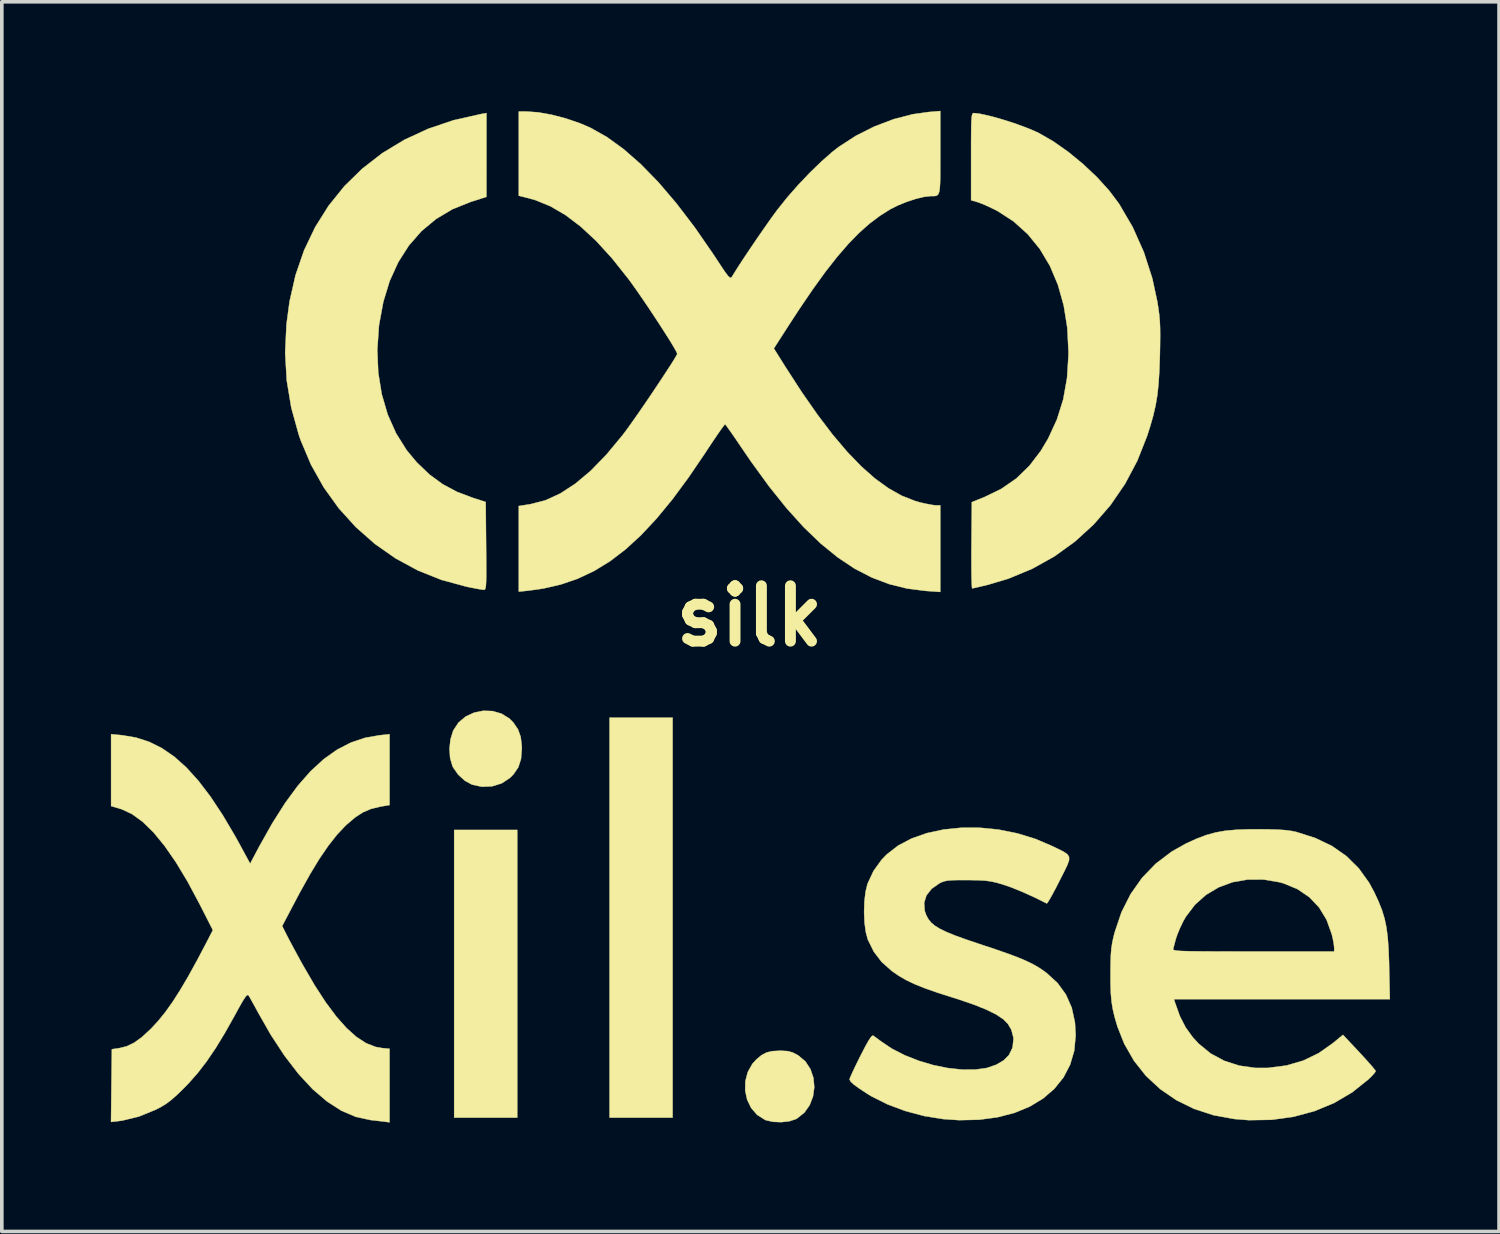
<source format=kicad_pcb>
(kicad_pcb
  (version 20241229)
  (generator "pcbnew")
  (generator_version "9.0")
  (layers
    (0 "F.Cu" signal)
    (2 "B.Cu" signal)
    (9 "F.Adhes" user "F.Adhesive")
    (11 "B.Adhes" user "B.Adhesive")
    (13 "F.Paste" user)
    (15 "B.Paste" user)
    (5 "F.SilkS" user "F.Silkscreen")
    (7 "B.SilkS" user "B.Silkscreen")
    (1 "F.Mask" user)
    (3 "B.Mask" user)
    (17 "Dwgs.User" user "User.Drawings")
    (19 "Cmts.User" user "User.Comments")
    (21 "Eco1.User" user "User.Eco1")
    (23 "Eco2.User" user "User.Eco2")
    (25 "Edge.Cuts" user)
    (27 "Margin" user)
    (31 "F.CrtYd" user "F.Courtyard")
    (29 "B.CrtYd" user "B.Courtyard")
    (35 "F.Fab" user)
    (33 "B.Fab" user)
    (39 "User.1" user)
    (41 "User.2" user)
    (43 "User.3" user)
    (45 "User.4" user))
  (footprint "silk"
    (layer "F.Cu")
    (at 17.575 13.903)
    (property "Reference" "silk" (at 0 0 0) (layer "F.SilkS") (effects (font (size 1.524 1.524) (thickness 0.3))))
    (attr through_hole)
    (fp_poly (pts (xy -6.392 13.801) (xy -8.128 13.801) (xy -8.128 5.884) (xy -6.392 5.884) (xy -6.392 13.801)) (stroke (width 0.01) (type solid)) (fill yes) (layer "F.SilkS"))
    (fp_poly (pts (xy -2.117 13.801) (xy -3.852 13.801) (xy -3.852 2.794) (xy -2.117 2.794) (xy -2.117 13.801)) (stroke (width 0.01) (type solid)) (fill yes) (layer "F.SilkS"))
    (fp_poly (pts (xy -7.072 2.613) (xy -6.827 2.684) (xy -6.609 2.818) (xy -6.502 2.925) (xy -6.372 3.115) (xy -6.297 3.324) (xy -6.267 3.577) (xy -6.266 3.656) (xy -6.289 3.933) (xy -6.361 4.157) (xy -6.492 4.35) (xy -6.594 4.453) (xy -6.821 4.602) (xy -7.084 4.684) (xy -7.365 4.696) (xy -7.636 4.637) (xy -7.833 4.53) (xy -8.015 4.365) (xy -8.154 4.168) (xy -8.175 4.128) (xy -8.239 3.909) (xy -8.257 3.652) (xy -8.229 3.39) (xy -8.156 3.155) (xy -8.152 3.146) (xy -8.008 2.928) (xy -7.812 2.764) (xy -7.58 2.656) (xy -7.328 2.605) (xy -7.072 2.613)) (stroke (width 0.01) (type solid)) (fill yes) (layer "F.SilkS"))
    (fp_poly (pts (xy 1.048 11.97) (xy 1.186 12.007) (xy 1.333 12.084) (xy 1.338 12.087) (xy 1.537 12.254) (xy 1.676 12.466) (xy 1.758 12.707) (xy 1.781 12.963) (xy 1.746 13.217) (xy 1.655 13.456) (xy 1.508 13.663) (xy 1.306 13.824) (xy 1.268 13.844) (xy 1.091 13.901) (xy 0.872 13.925) (xy 0.647 13.916) (xy 0.452 13.872) (xy 0.424 13.86) (xy 0.208 13.724) (xy 0.044 13.534) (xy -0.066 13.307) (xy -0.12 13.056) (xy -0.115 12.798) (xy -0.05 12.548) (xy 0.078 12.32) (xy 0.19 12.197) (xy 0.332 12.08) (xy 0.468 12.008) (xy 0.624 11.971) (xy 0.831 11.96) (xy 0.872 11.96) (xy 1.048 11.97)) (stroke (width 0.01) (type solid)) (fill yes) (layer "F.SilkS"))
    (fp_poly (pts (xy -7.239 -12.688) (xy -7.24 -11.536) (xy -7.673 -11.398) (xy -8.176 -11.196) (xy -8.628 -10.926) (xy -9.029 -10.592) (xy -9.375 -10.196) (xy -9.666 -9.739) (xy -9.901 -9.224) (xy -10.076 -8.654) (xy -10.192 -8.03) (xy -10.198 -7.98) (xy -10.243 -7.328) (xy -10.217 -6.702) (xy -10.121 -6.106) (xy -9.957 -5.547) (xy -9.727 -5.031) (xy -9.432 -4.561) (xy -9.152 -4.225) (xy -8.804 -3.893) (xy -8.445 -3.63) (xy -8.052 -3.42) (xy -7.62 -3.256) (xy -7.26 -3.14) (xy -7.249 -1.93) (xy -7.246 -1.578) (xy -7.245 -1.301) (xy -7.245 -1.091) (xy -7.249 -0.939) (xy -7.255 -0.835) (xy -7.265 -0.771) (xy -7.279 -0.737) (xy -7.298 -0.724) (xy -7.312 -0.723) (xy -7.385 -0.732) (xy -7.518 -0.756) (xy -7.688 -0.789) (xy -7.789 -0.81) (xy -8.476 -0.996) (xy -9.129 -1.257) (xy -9.743 -1.59) (xy -10.313 -1.989) (xy -10.835 -2.45) (xy -11.305 -2.969) (xy -11.717 -3.543) (xy -12.067 -4.166) (xy -12.35 -4.835) (xy -12.404 -4.99) (xy -12.61 -5.734) (xy -12.735 -6.484) (xy -12.779 -7.247) (xy -12.742 -8.027) (xy -12.658 -8.656) (xy -12.493 -9.383) (xy -12.257 -10.067) (xy -11.952 -10.704) (xy -11.582 -11.293) (xy -11.148 -11.831) (xy -10.654 -12.314) (xy -10.104 -12.74) (xy -9.499 -13.106) (xy -8.843 -13.409) (xy -8.139 -13.647) (xy -7.389 -13.815) (xy -7.377 -13.817) (xy -7.239 -13.841) (xy -7.239 -12.688)) (stroke (width 0.01) (type solid)) (fill yes) (layer "F.SilkS"))
    (fp_poly (pts (xy 6.324 -13.825) (xy 6.538 -13.78) (xy 6.792 -13.714) (xy 7.069 -13.632) (xy 7.35 -13.539) (xy 7.616 -13.441) (xy 7.849 -13.344) (xy 7.962 -13.291) (xy 8.363 -13.06) (xy 8.776 -12.769) (xy 9.181 -12.436) (xy 9.561 -12.077) (xy 9.896 -11.708) (xy 10.168 -11.345) (xy 10.545 -10.7) (xy 10.851 -10.013) (xy 11.083 -9.292) (xy 11.22 -8.657) (xy 11.251 -8.46) (xy 11.274 -8.285) (xy 11.289 -8.114) (xy 11.297 -7.929) (xy 11.299 -7.711) (xy 11.296 -7.441) (xy 11.291 -7.176) (xy 11.277 -6.757) (xy 11.255 -6.403) (xy 11.223 -6.093) (xy 11.175 -5.806) (xy 11.11 -5.522) (xy 11.024 -5.22) (xy 10.939 -4.954) (xy 10.669 -4.272) (xy 10.332 -3.637) (xy 9.932 -3.054) (xy 9.472 -2.524) (xy 8.958 -2.054) (xy 8.392 -1.645) (xy 7.78 -1.303) (xy 7.125 -1.031) (xy 6.57 -0.865) (xy 6.393 -0.822) (xy 6.248 -0.788) (xy 6.153 -0.767) (xy 6.127 -0.763) (xy 6.119 -0.803) (xy 6.113 -0.917) (xy 6.108 -1.095) (xy 6.105 -1.325) (xy 6.104 -1.597) (xy 6.105 -1.9) (xy 6.106 -1.949) (xy 6.117 -3.136) (xy 6.467 -3.277) (xy 6.93 -3.503) (xy 7.339 -3.786) (xy 7.698 -4.133) (xy 8.015 -4.548) (xy 8.216 -4.885) (xy 8.458 -5.41) (xy 8.631 -5.961) (xy 8.736 -6.548) (xy 8.776 -7.181) (xy 8.776 -7.281) (xy 8.743 -7.936) (xy 8.645 -8.548) (xy 8.485 -9.116) (xy 8.266 -9.635) (xy 7.988 -10.101) (xy 7.654 -10.51) (xy 7.266 -10.86) (xy 6.826 -11.145) (xy 6.773 -11.172) (xy 6.599 -11.258) (xy 6.429 -11.333) (xy 6.294 -11.385) (xy 6.276 -11.39) (xy 6.096 -11.443) (xy 6.096 -12.643) (xy 6.096 -12.994) (xy 6.098 -13.269) (xy 6.1 -13.478) (xy 6.105 -13.629) (xy 6.113 -13.732) (xy 6.124 -13.795) (xy 6.139 -13.829) (xy 6.158 -13.841) (xy 6.17 -13.842) (xy 6.324 -13.825)) (stroke (width 0.01) (type solid)) (fill yes) (layer "F.SilkS"))
    (fp_poly (pts (xy -17.266 3.278) (xy -16.884 3.342) (xy -16.52 3.46) (xy -16.17 3.634) (xy -15.83 3.868) (xy -15.496 4.166) (xy -15.165 4.532) (xy -14.832 4.969) (xy -14.493 5.481) (xy -14.145 6.071) (xy -14.01 6.317) (xy -13.742 6.811) (xy -13.492 6.34) (xy -13.134 5.703) (xy -12.781 5.146) (xy -12.43 4.668) (xy -12.076 4.266) (xy -11.717 3.936) (xy -11.349 3.675) (xy -10.97 3.48) (xy -10.576 3.348) (xy -10.187 3.28) (xy -9.906 3.25) (xy -9.906 5.198) (xy -10.165 5.244) (xy -10.413 5.304) (xy -10.634 5.397) (xy -10.849 5.536) (xy -11.082 5.734) (xy -11.125 5.774) (xy -11.352 6.015) (xy -11.588 6.315) (xy -11.836 6.677) (xy -12.098 7.109) (xy -12.38 7.616) (xy -12.46 7.767) (xy -12.861 8.528) (xy -12.732 8.783) (xy -12.665 8.913) (xy -12.567 9.096) (xy -12.451 9.311) (xy -12.328 9.535) (xy -12.286 9.61) (xy -11.966 10.16) (xy -11.661 10.629) (xy -11.369 11.021) (xy -11.089 11.336) (xy -10.818 11.579) (xy -10.553 11.751) (xy -10.292 11.854) (xy -10.114 11.886) (xy -9.906 11.906) (xy -9.906 13.929) (xy -10.065 13.909) (xy -10.207 13.892) (xy -10.376 13.872) (xy -10.435 13.866) (xy -10.834 13.779) (xy -11.232 13.609) (xy -11.627 13.355) (xy -12.02 13.019) (xy -12.409 12.6) (xy -12.794 12.1) (xy -13.175 11.519) (xy -13.527 10.901) (xy -13.618 10.732) (xy -13.7 10.585) (xy -13.759 10.48) (xy -13.781 10.445) (xy -13.804 10.425) (xy -13.835 10.437) (xy -13.879 10.489) (xy -13.944 10.59) (xy -14.035 10.748) (xy -14.158 10.973) (xy -14.158 10.974) (xy -14.433 11.464) (xy -14.689 11.885) (xy -14.936 12.249) (xy -15.182 12.569) (xy -15.434 12.855) (xy -15.553 12.978) (xy -15.747 13.167) (xy -15.905 13.307) (xy -16.046 13.415) (xy -16.192 13.504) (xy -16.341 13.582) (xy -16.802 13.77) (xy -17.263 13.882) (xy -17.389 13.899) (xy -17.57 13.92) (xy -17.559 12.919) (xy -17.547 11.918) (xy -17.353 11.89) (xy -17.14 11.838) (xy -16.933 11.739) (xy -16.718 11.583) (xy -16.479 11.362) (xy -16.467 11.35) (xy -16.271 11.138) (xy -16.076 10.897) (xy -15.877 10.618) (xy -15.669 10.293) (xy -15.446 9.915) (xy -15.203 9.474) (xy -14.947 8.988) (xy -14.768 8.641) (xy -15.132 7.925) (xy -15.462 7.308) (xy -15.783 6.775) (xy -16.096 6.323) (xy -16.4 5.952) (xy -16.698 5.661) (xy -16.989 5.449) (xy -17.276 5.315) (xy -17.32 5.301) (xy -17.568 5.228) (xy -17.568 4.238) (xy -17.568 3.249) (xy -17.266 3.278)) (stroke (width 0.01) (type solid)) (fill yes) (layer "F.SilkS"))
    (fp_poly (pts (xy 14.294 5.868) (xy 14.549 5.876) (xy 14.75 5.89) (xy 14.913 5.912) (xy 15.043 5.939) (xy 15.567 6.106) (xy 16.026 6.326) (xy 16.424 6.604) (xy 16.764 6.94) (xy 17.048 7.336) (xy 17.19 7.599) (xy 17.309 7.855) (xy 17.402 8.089) (xy 17.472 8.318) (xy 17.523 8.558) (xy 17.559 8.828) (xy 17.582 9.143) (xy 17.597 9.521) (xy 17.599 9.641) (xy 17.619 10.541) (xy 11.678 10.541) (xy 11.708 10.636) (xy 11.84 11.006) (xy 11.998 11.315) (xy 12.194 11.587) (xy 12.36 11.767) (xy 12.686 12.034) (xy 13.06 12.236) (xy 13.475 12.37) (xy 13.92 12.433) (xy 14.263 12.432) (xy 14.773 12.366) (xy 15.237 12.231) (xy 15.664 12.024) (xy 16.054 11.749) (xy 16.329 11.522) (xy 16.779 12.002) (xy 16.934 12.17) (xy 17.066 12.317) (xy 17.165 12.432) (xy 17.221 12.504) (xy 17.23 12.522) (xy 17.201 12.569) (xy 17.125 12.653) (xy 17.029 12.748) (xy 16.582 13.105) (xy 16.085 13.397) (xy 15.546 13.621) (xy 14.971 13.776) (xy 14.367 13.86) (xy 13.739 13.87) (xy 13.337 13.838) (xy 12.764 13.733) (xy 12.23 13.558) (xy 11.739 13.317) (xy 11.297 13.013) (xy 10.907 12.651) (xy 10.577 12.234) (xy 10.31 11.767) (xy 10.126 11.303) (xy 10.052 11.054) (xy 9.998 10.832) (xy 9.962 10.614) (xy 9.941 10.376) (xy 9.932 10.096) (xy 9.932 9.821) (xy 9.935 9.544) (xy 9.942 9.329) (xy 9.954 9.171) (xy 11.657 9.171) (xy 11.668 9.185) (xy 11.7 9.196) (xy 11.757 9.205) (xy 11.848 9.213) (xy 11.977 9.218) (xy 12.153 9.222) (xy 12.381 9.225) (xy 12.669 9.227) (xy 13.022 9.228) (xy 13.448 9.229) (xy 13.861 9.229) (xy 16.087 9.229) (xy 16.087 9.118) (xy 16.076 9.018) (xy 16.049 8.873) (xy 16.02 8.751) (xy 15.878 8.356) (xy 15.672 8.017) (xy 15.406 7.736) (xy 15.08 7.514) (xy 14.699 7.356) (xy 14.587 7.324) (xy 14.14 7.248) (xy 13.706 7.249) (xy 13.292 7.321) (xy 12.907 7.463) (xy 12.559 7.671) (xy 12.256 7.942) (xy 12.006 8.272) (xy 11.931 8.403) (xy 11.848 8.576) (xy 11.776 8.748) (xy 11.729 8.885) (xy 11.728 8.89) (xy 11.693 9.022) (xy 11.665 9.129) (xy 11.657 9.155) (xy 11.657 9.171) (xy 9.954 9.171) (xy 9.956 9.155) (xy 9.978 9.001) (xy 10.011 8.845) (xy 10.048 8.7) (xy 10.234 8.149) (xy 10.486 7.649) (xy 10.801 7.202) (xy 11.177 6.813) (xy 11.611 6.483) (xy 12.002 6.262) (xy 12.295 6.128) (xy 12.564 6.026) (xy 12.827 5.953) (xy 13.107 5.904) (xy 13.421 5.877) (xy 13.791 5.865) (xy 13.97 5.865) (xy 14.294 5.868)) (stroke (width 0.01) (type solid)) (fill yes) (layer "F.SilkS"))
    (fp_poly (pts (xy 6.34 5.824) (xy 6.855 5.875) (xy 7.369 5.978) (xy 7.869 6.132) (xy 8.276 6.305) (xy 8.49 6.406) (xy 8.645 6.484) (xy 8.744 6.552) (xy 8.792 6.625) (xy 8.792 6.717) (xy 8.748 6.843) (xy 8.664 7.018) (xy 8.543 7.255) (xy 8.533 7.276) (xy 8.425 7.487) (xy 8.329 7.667) (xy 8.251 7.805) (xy 8.199 7.888) (xy 8.179 7.907) (xy 7.843 7.74) (xy 7.51 7.59) (xy 7.204 7.465) (xy 6.964 7.383) (xy 6.794 7.334) (xy 6.644 7.301) (xy 6.49 7.28) (xy 6.308 7.269) (xy 6.073 7.264) (xy 5.99 7.264) (xy 5.748 7.263) (xy 5.574 7.268) (xy 5.449 7.278) (xy 5.356 7.297) (xy 5.278 7.326) (xy 5.223 7.354) (xy 5.008 7.505) (xy 4.867 7.686) (xy 4.804 7.89) (xy 4.82 8.11) (xy 4.861 8.228) (xy 4.918 8.334) (xy 4.992 8.428) (xy 5.095 8.516) (xy 5.233 8.602) (xy 5.416 8.691) (xy 5.652 8.788) (xy 5.951 8.896) (xy 6.321 9.021) (xy 6.413 9.052) (xy 6.804 9.182) (xy 7.124 9.294) (xy 7.386 9.392) (xy 7.602 9.483) (xy 7.783 9.57) (xy 7.94 9.659) (xy 8.086 9.756) (xy 8.169 9.817) (xy 8.473 10.093) (xy 8.705 10.412) (xy 8.865 10.774) (xy 8.954 11.182) (xy 8.974 11.533) (xy 8.935 11.956) (xy 8.821 12.344) (xy 8.638 12.695) (xy 8.389 13.005) (xy 8.079 13.273) (xy 7.712 13.495) (xy 7.293 13.668) (xy 6.826 13.79) (xy 6.315 13.858) (xy 5.764 13.87) (xy 5.326 13.84) (xy 4.805 13.756) (xy 4.286 13.618) (xy 3.794 13.434) (xy 3.352 13.212) (xy 3.244 13.146) (xy 3.026 13.003) (xy 2.876 12.895) (xy 2.787 12.814) (xy 2.753 12.755) (xy 2.752 12.746) (xy 2.77 12.693) (xy 2.82 12.58) (xy 2.895 12.419) (xy 2.99 12.225) (xy 3.049 12.105) (xy 3.179 11.854) (xy 3.278 11.677) (xy 3.348 11.574) (xy 3.392 11.54) (xy 3.398 11.542) (xy 3.462 11.586) (xy 3.561 11.659) (xy 3.598 11.688) (xy 3.912 11.9) (xy 4.268 12.083) (xy 4.653 12.235) (xy 5.053 12.354) (xy 5.455 12.436) (xy 5.844 12.478) (xy 6.207 12.479) (xy 6.529 12.434) (xy 6.79 12.344) (xy 6.998 12.22) (xy 7.137 12.079) (xy 7.224 11.902) (xy 7.241 11.847) (xy 7.264 11.611) (xy 7.204 11.382) (xy 7.109 11.221) (xy 6.982 11.092) (xy 6.785 10.961) (xy 6.514 10.827) (xy 6.166 10.688) (xy 5.739 10.542) (xy 5.588 10.495) (xy 5.175 10.363) (xy 4.832 10.243) (xy 4.547 10.129) (xy 4.307 10.014) (xy 4.101 9.895) (xy 3.917 9.767) (xy 3.635 9.517) (xy 3.421 9.237) (xy 3.257 8.906) (xy 3.254 8.9) (xy 3.199 8.695) (xy 3.164 8.434) (xy 3.152 8.145) (xy 3.161 7.853) (xy 3.192 7.587) (xy 3.245 7.371) (xy 3.248 7.362) (xy 3.411 7.013) (xy 3.629 6.71) (xy 3.775 6.558) (xy 4.088 6.315) (xy 4.46 6.119) (xy 4.882 5.971) (xy 5.342 5.872) (xy 5.832 5.823) (xy 6.34 5.824)) (stroke (width 0.01) (type solid)) (fill yes) (layer "F.SilkS"))
    (fp_poly (pts (xy 5.249 -12.753) (xy 5.249 -12.404) (xy 5.248 -12.13) (xy 5.244 -11.922) (xy 5.235 -11.772) (xy 5.218 -11.669) (xy 5.192 -11.606) (xy 5.155 -11.572) (xy 5.105 -11.559) (xy 5.039 -11.557) (xy 4.984 -11.557) (xy 4.805 -11.537) (xy 4.578 -11.482) (xy 4.329 -11.401) (xy 4.084 -11.302) (xy 3.877 -11.198) (xy 3.585 -11.014) (xy 3.297 -10.797) (xy 3.009 -10.54) (xy 2.715 -10.238) (xy 2.41 -9.885) (xy 2.089 -9.476) (xy 1.748 -9.004) (xy 1.381 -8.465) (xy 1.107 -8.046) (xy 0.669 -7.365) (xy 0.98 -6.869) (xy 1.435 -6.166) (xy 1.87 -5.542) (xy 2.286 -4.994) (xy 2.688 -4.52) (xy 3.076 -4.118) (xy 3.454 -3.784) (xy 3.825 -3.516) (xy 4.189 -3.312) (xy 4.552 -3.169) (xy 4.682 -3.131) (xy 4.855 -3.091) (xy 5.01 -3.062) (xy 5.119 -3.048) (xy 5.129 -3.048) (xy 5.249 -3.048) (xy 5.249 -0.665) (xy 4.85 -0.693) (xy 4.341 -0.757) (xy 3.847 -0.879) (xy 3.365 -1.061) (xy 2.892 -1.306) (xy 2.425 -1.617) (xy 1.959 -1.996) (xy 1.491 -2.446) (xy 1.018 -2.97) (xy 0.537 -3.57) (xy 0.043 -4.25) (xy -0.177 -4.572) (xy -0.322 -4.786) (xy -0.451 -4.974) (xy -0.558 -5.126) (xy -0.633 -5.231) (xy -0.671 -5.278) (xy -0.673 -5.279) (xy -0.702 -5.248) (xy -0.771 -5.156) (xy -0.871 -5.012) (xy -0.997 -4.827) (xy -1.141 -4.611) (xy -1.216 -4.496) (xy -1.678 -3.816) (xy -2.123 -3.213) (xy -2.557 -2.686) (xy -2.985 -2.228) (xy -3.41 -1.838) (xy -3.838 -1.511) (xy -4.275 -1.243) (xy -4.724 -1.031) (xy -5.19 -0.871) (xy -5.679 -0.758) (xy -6.085 -0.701) (xy -6.35 -0.673) (xy -6.35 -3.029) (xy -6.022 -3.081) (xy -5.617 -3.186) (xy -5.207 -3.374) (xy -4.792 -3.645) (xy -4.372 -3.998) (xy -3.945 -4.436) (xy -3.512 -4.957) (xy -3.437 -5.054) (xy -3.327 -5.204) (xy -3.192 -5.394) (xy -3.038 -5.614) (xy -2.874 -5.853) (xy -2.705 -6.101) (xy -2.54 -6.348) (xy -2.384 -6.583) (xy -2.245 -6.796) (xy -2.129 -6.976) (xy -2.044 -7.114) (xy -1.997 -7.198) (xy -1.99 -7.218) (xy -2.013 -7.274) (xy -2.077 -7.389) (xy -2.175 -7.553) (xy -2.301 -7.753) (xy -2.447 -7.981) (xy -2.607 -8.225) (xy -2.772 -8.475) (xy -2.938 -8.719) (xy -3.096 -8.948) (xy -3.239 -9.15) (xy -3.341 -9.288) (xy -3.784 -9.845) (xy -4.217 -10.32) (xy -4.642 -10.715) (xy -5.061 -11.033) (xy -5.478 -11.277) (xy -5.894 -11.447) (xy -6.067 -11.496) (xy -6.35 -11.567) (xy -6.35 -13.885) (xy -6.144 -13.885) (xy -5.817 -13.862) (xy -5.445 -13.796) (xy -5.055 -13.694) (xy -4.671 -13.563) (xy -4.385 -13.441) (xy -3.932 -13.187) (xy -3.467 -12.851) (xy -2.991 -12.434) (xy -2.506 -11.936) (xy -2.013 -11.358) (xy -1.512 -10.702) (xy -1.005 -9.969) (xy -0.908 -9.822) (xy -0.768 -9.609) (xy -0.666 -9.459) (xy -0.594 -9.364) (xy -0.545 -9.317) (xy -0.513 -9.308) (xy -0.491 -9.329) (xy -0.36 -9.539) (xy -0.192 -9.799) (xy 0.001 -10.088) (xy 0.204 -10.388) (xy 0.405 -10.678) (xy 0.59 -10.941) (xy 0.747 -11.156) (xy 0.773 -11.19) (xy 1.045 -11.53) (xy 1.347 -11.873) (xy 1.663 -12.205) (xy 1.977 -12.509) (xy 2.273 -12.769) (xy 2.453 -12.91) (xy 2.925 -13.216) (xy 3.434 -13.472) (xy 3.963 -13.673) (xy 4.492 -13.81) (xy 4.913 -13.869) (xy 5.249 -13.898) (xy 5.249 -12.753)) (stroke (width 0.01) (type solid)) (fill yes) (layer "F.SilkS")))
  (gr_rect
    (start -3 -3)
    (end 38.199 30.836)
    (stroke (width 0.1) (type default))
    (fill no)
    (layer "Edge.Cuts")))
</source>
